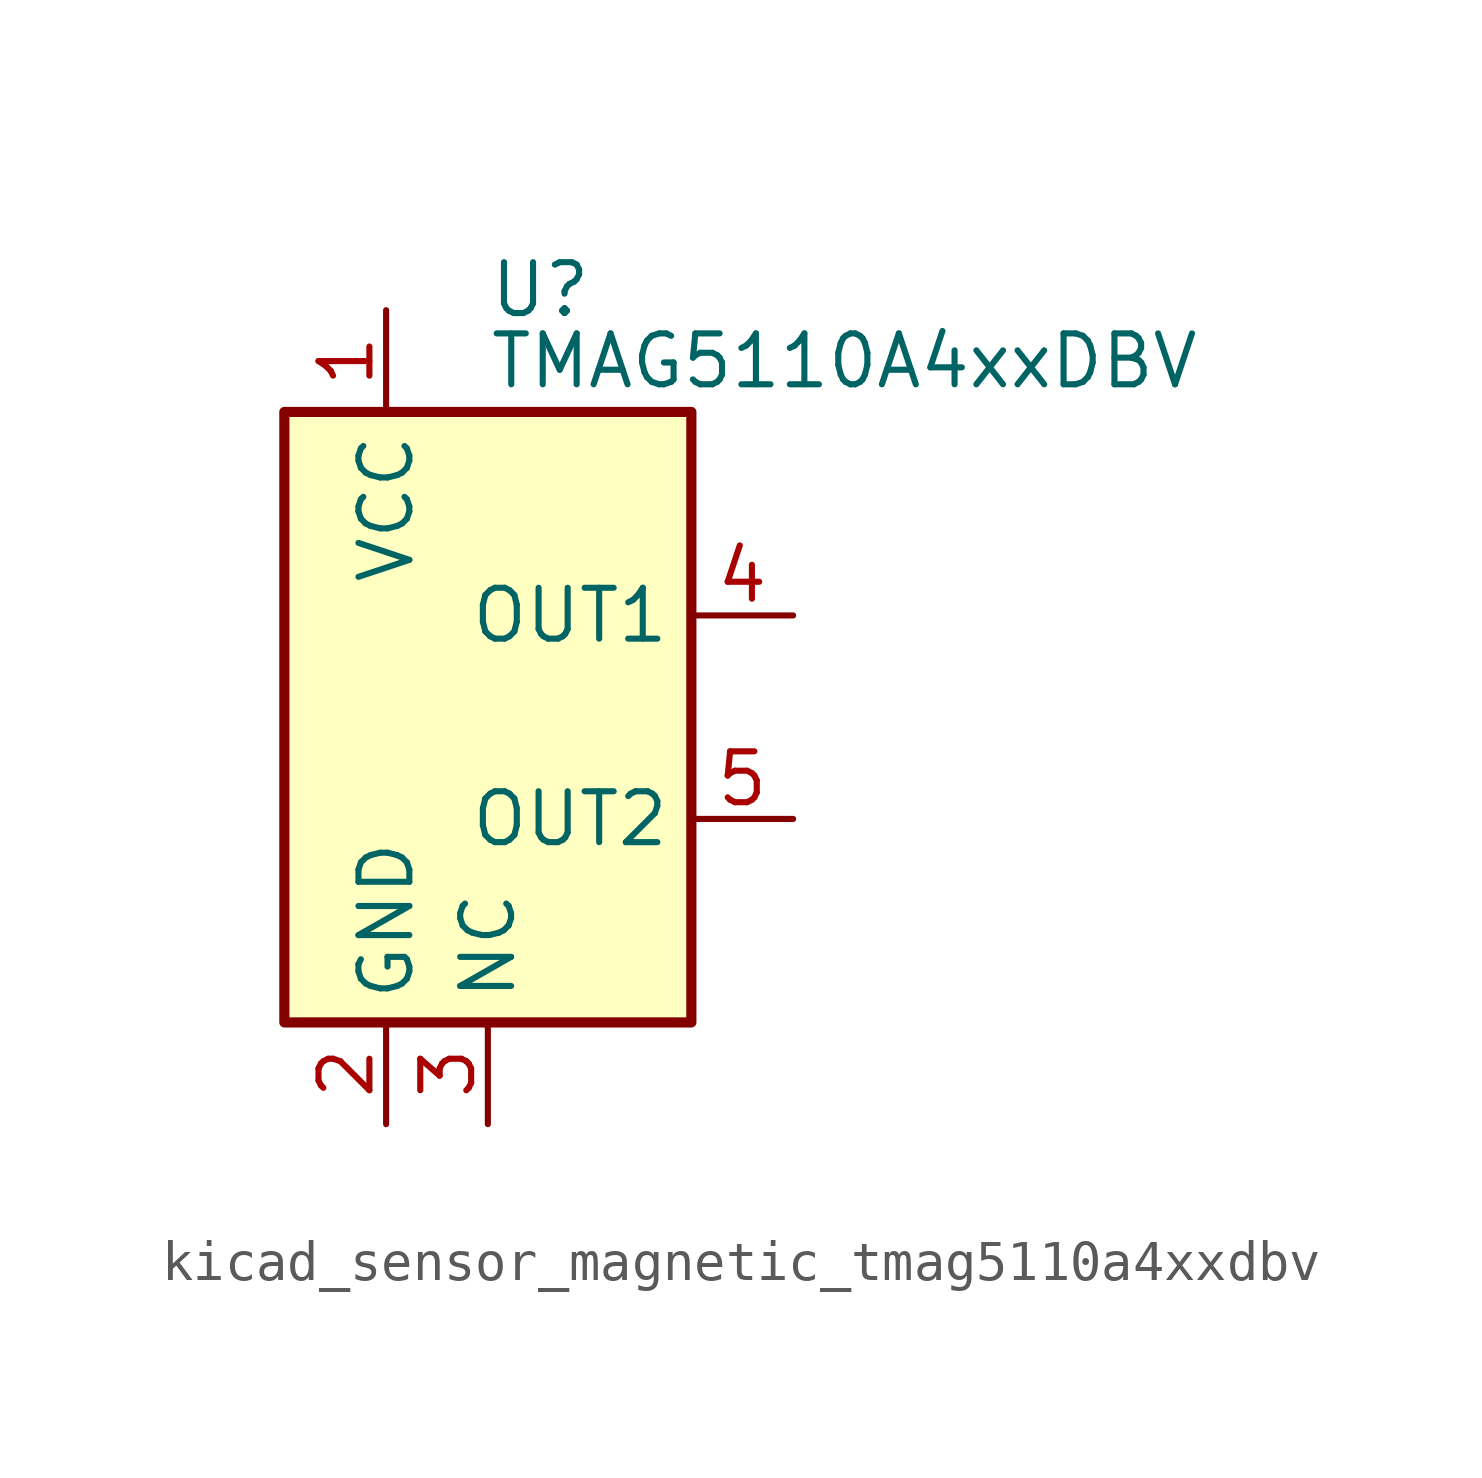
<source format=kicad_sym>
(kicad_symbol_lib
  (version 20220914)
  (generator kicad_symbol_editor)
  (symbol "kicad_sensor_magnetic_tmag5110a4xxdbv"
    (property "Reference" "U"
      (at 0 10.668 0)
      (effects (font (size 1.27 1.27)) (justify left)))
    (property "Value" "TMAG5110A4xxDBV"
      (at 0 8.89 0)
      (effects (font (size 1.27 1.27)) (justify left)))
    (symbol "kicad_sensor_magnetic_tmag5110a4xxdbv_0_0"
      (pin passive line (at 0 -10.16 90) (length 2.54) (name "NC" (effects (font (size 1.27 1.27)))) (number "3" (effects (font (size 1.27 1.27)))))
      (pin open_collector line (at 7.62 -2.54 180) (length 2.54) (name "OUT2" (effects (font (size 1.27 1.27)))) (number "5" (effects (font (size 1.27 1.27))))))
    (symbol "kicad_sensor_magnetic_tmag5110a4xxdbv_0_1"
      (rectangle (start -5.08 7.62) (end 5.08 -7.62) (stroke (width 0.254) (type default)) (fill (type background))))
    (symbol "kicad_sensor_magnetic_tmag5110a4xxdbv_1_1"
      (pin power_in line (at -2.54 10.16 270) (length 2.54) (name "VCC" (effects (font (size 1.27 1.27)))) (number "1" (effects (font (size 1.27 1.27)))))
      (pin power_in line (at -2.54 -10.16 90) (length 2.54) (name "GND" (effects (font (size 1.27 1.27)))) (number "2" (effects (font (size 1.27 1.27)))))
      (pin open_collector line (at 7.62 2.54 180) (length 2.54) (name "OUT1" (effects (font (size 1.27 1.27)))) (number "4" (effects (font (size 1.27 1.27))))))))
</source>
